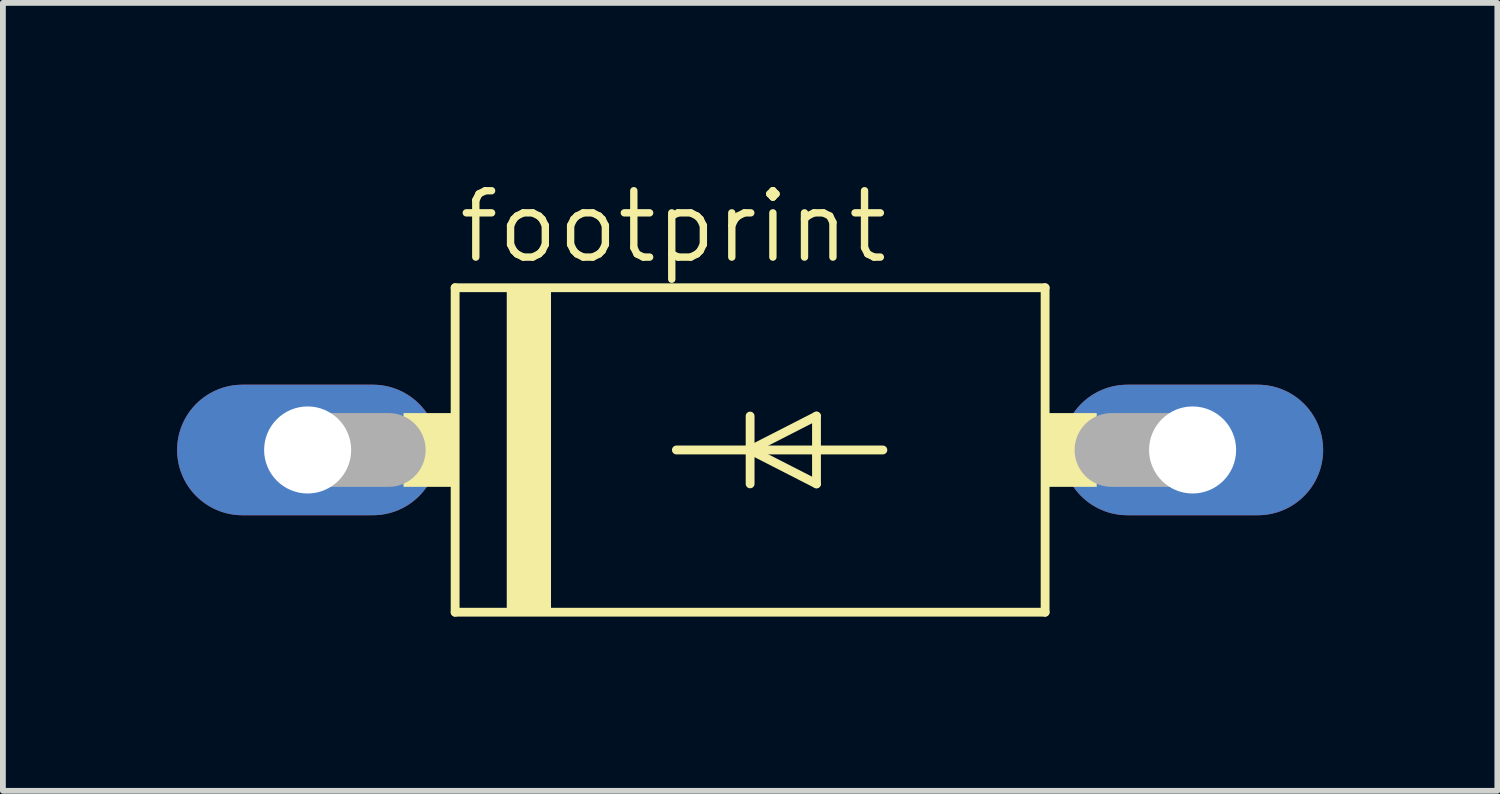
<source format=kicad_pcb>
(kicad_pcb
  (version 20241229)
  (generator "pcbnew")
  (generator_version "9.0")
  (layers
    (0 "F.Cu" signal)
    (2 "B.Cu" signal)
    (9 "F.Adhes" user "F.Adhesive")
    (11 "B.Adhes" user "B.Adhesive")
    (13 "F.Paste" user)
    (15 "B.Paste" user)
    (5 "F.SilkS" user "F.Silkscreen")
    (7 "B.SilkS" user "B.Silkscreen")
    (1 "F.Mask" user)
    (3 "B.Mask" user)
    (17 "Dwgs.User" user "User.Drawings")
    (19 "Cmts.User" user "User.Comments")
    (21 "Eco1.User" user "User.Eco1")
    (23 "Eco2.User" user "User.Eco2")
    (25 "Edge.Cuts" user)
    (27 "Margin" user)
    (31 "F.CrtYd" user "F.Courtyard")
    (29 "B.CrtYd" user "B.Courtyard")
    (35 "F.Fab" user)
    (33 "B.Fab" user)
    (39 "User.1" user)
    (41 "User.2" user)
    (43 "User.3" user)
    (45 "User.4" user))
  (footprint "footprint"
    (layer "F.Cu")
    (at 9.868 4.699)
    (property "Reference" "footprint" (at -5.08 -3.175 0) (layer "F.SilkS") (effects (font (size 1.143 1.143) (thickness 0.127)) (justify left bottom)))
    (fp_line (start -5.08 -2.794) (end 5.08 -2.794) (stroke (width 0.152) (type solid)) (layer "F.SilkS"))
    (fp_line (start -5.08 2.794) (end -5.08 -2.794) (stroke (width 0.152) (type solid)) (layer "F.SilkS"))
    (fp_line (start -1.27 0) (end 0 0) (stroke (width 0.152) (type solid)) (layer "F.SilkS"))
    (fp_line (start 0 -0.584) (end 0 0) (stroke (width 0.152) (type solid)) (layer "F.SilkS"))
    (fp_line (start 0 0) (end 0 0.584) (stroke (width 0.152) (type solid)) (layer "F.SilkS"))
    (fp_line (start 0 0) (end 1.143 -0.584) (stroke (width 0.152) (type solid)) (layer "F.SilkS"))
    (fp_line (start 0 0) (end 2.286 0) (stroke (width 0.152) (type solid)) (layer "F.SilkS"))
    (fp_line (start 1.143 -0.584) (end 1.143 0.584) (stroke (width 0.152) (type solid)) (layer "F.SilkS"))
    (fp_line (start 1.143 0.584) (end 0 0) (stroke (width 0.152) (type solid)) (layer "F.SilkS"))
    (fp_line (start 5.08 -2.794) (end 5.08 2.794) (stroke (width 0.152) (type solid)) (layer "F.SilkS"))
    (fp_line (start 5.08 2.794) (end -5.08 2.794) (stroke (width 0.152) (type solid)) (layer "F.SilkS"))
    (fp_poly (pts (xy -5.969 0.635) (xy -5.08 0.635) (xy -5.08 -0.635) (xy -5.969 -0.635)) (stroke (width 0) (type solid)) (fill yes) (layer "F.SilkS"))
    (fp_poly (pts (xy -4.191 2.794) (xy -3.429 2.794) (xy -3.429 -2.794) (xy -4.191 -2.794)) (stroke (width 0) (type solid)) (fill yes) (layer "F.SilkS"))
    (fp_poly (pts (xy 5.08 0.635) (xy 5.969 0.635) (xy 5.969 -0.635) (xy 5.08 -0.635)) (stroke (width 0) (type solid)) (fill yes) (layer "F.SilkS"))
    (fp_line (start -7.62 0) (end -6.223 0) (stroke (width 1.27) (type solid)) (layer "F.Fab"))
    (fp_line (start 7.62 0) (end 6.223 0) (stroke (width 1.27) (type solid)) (layer "F.Fab"))
    (pad "A" thru_hole oval (at 7.62 0) (size 4.496 2.248) (drill 1.499) (layers "*.Cu" "*.Mask"))
    (pad "C" thru_hole oval (at -7.62 0) (size 4.496 2.248) (drill 1.499) (layers "*.Cu" "*.Mask")))
  (gr_rect
    (start -3 -3)
    (end 22.736 10.569)
    (stroke (width 0.1) (type default))
    (fill no)
    (layer "Edge.Cuts")))
</source>
